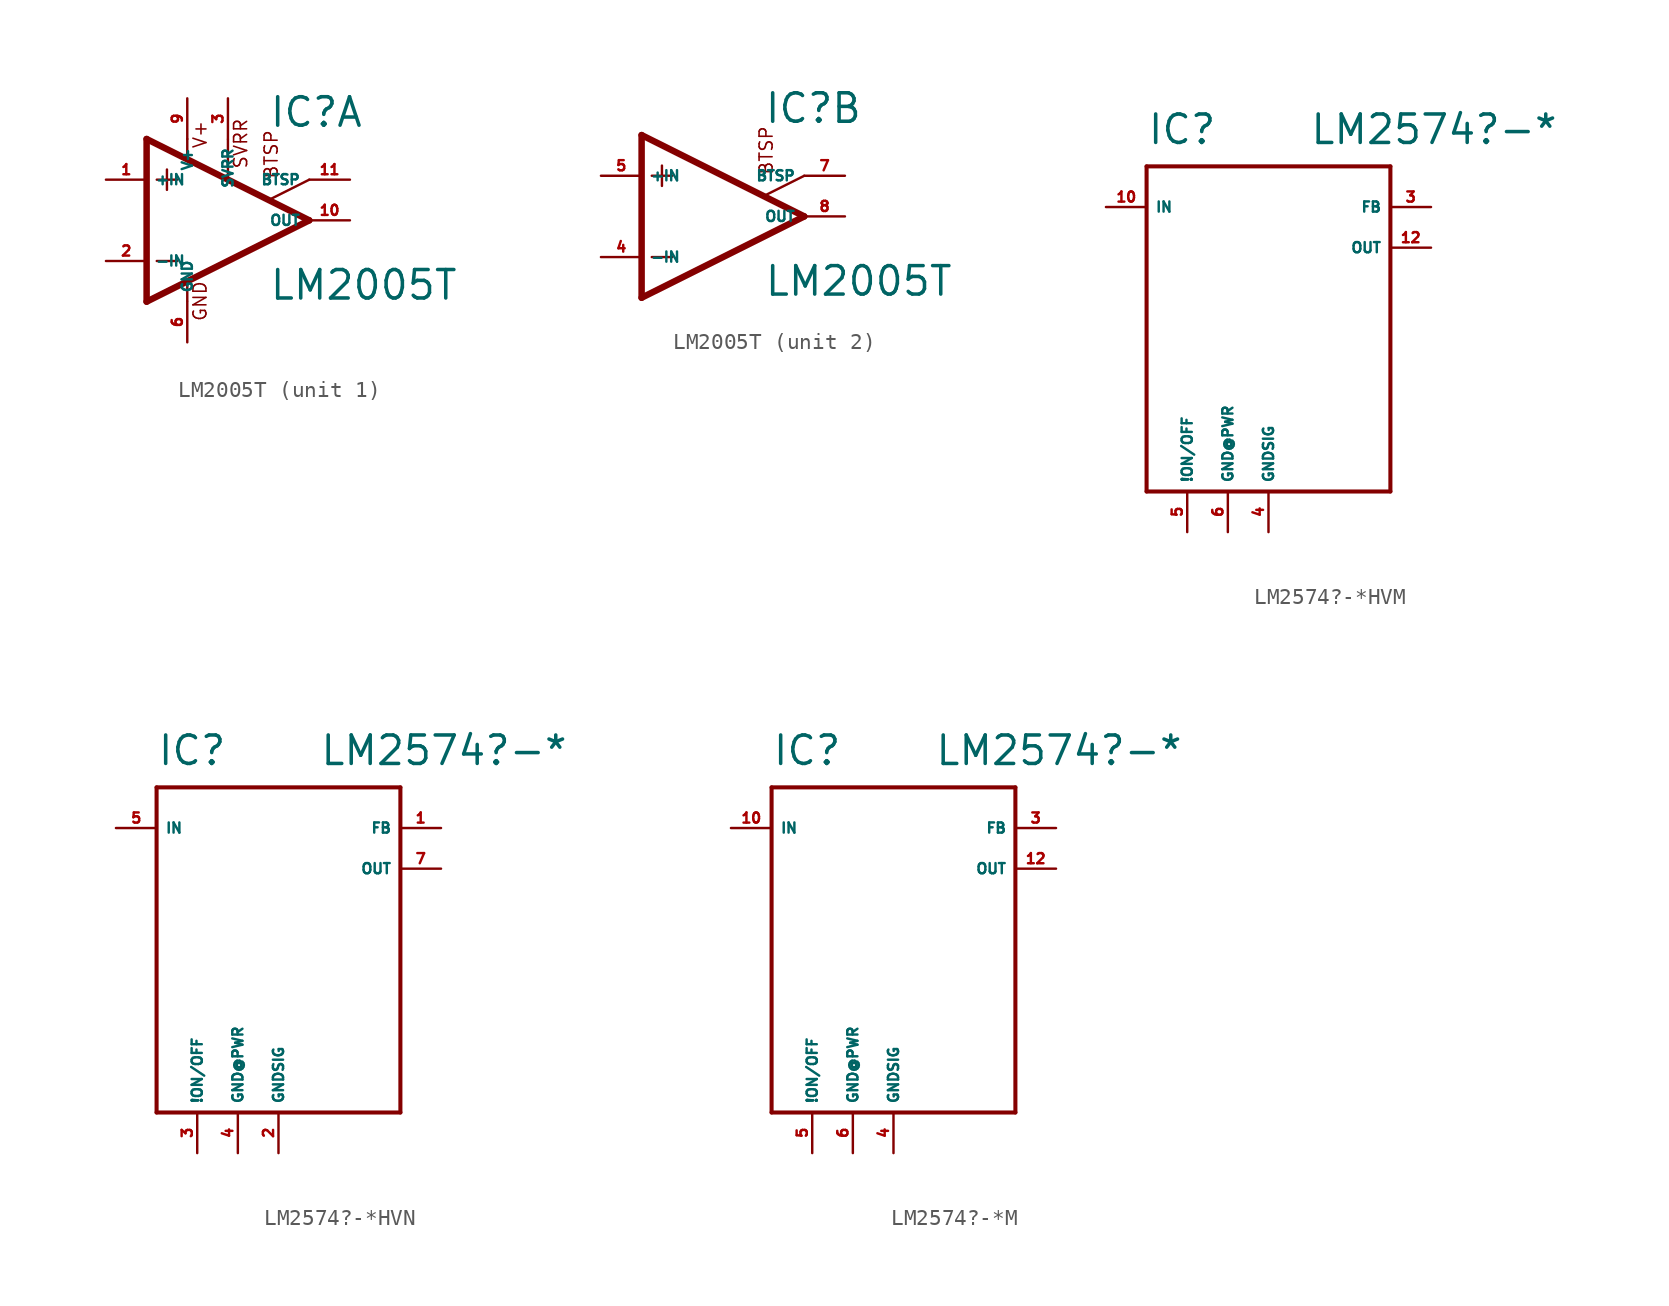
<source format=kicad_sym>
(kicad_symbol_lib
  (version 20220914)
  (generator Eagle2Kicad)
  (symbol "LM2005T"
    (property "Reference" "IC"
      (at 2.54 5.715 0)
      (effects (font (size 1.778 1.778) (thickness 0.22)) (justify left bottom)))
    (property "Value" "LM2005T"
      (at 2.54 -5.08 0)
      (effects (font (size 1.778 1.778) (thickness 0.22)) (justify left bottom)))
    (symbol "LM2005T_1_0"
      (polyline (pts (xy -3.81 3.175) (xy -3.81 1.905)) (stroke (width 0.152) (type default)) (fill (type none)))
      (polyline (pts (xy -4.445 2.54) (xy -3.175 2.54)) (stroke (width 0.152) (type default)) (fill (type none)))
      (polyline (pts (xy -4.445 -2.54) (xy -3.175 -2.54)) (stroke (width 0.152) (type default)) (fill (type none)))
      (polyline (pts (xy -2.54 5.08) (xy -2.54 3.886)) (stroke (width 0.152) (type default)) (fill (type none)))
      (polyline (pts (xy 0 5.055) (xy 0 2.591)) (stroke (width 0.152) (type default)) (fill (type none)))
      (polyline (pts (xy -2.54 -3.886) (xy -2.54 -5.029)) (stroke (width 0.152) (type default)) (fill (type none)))
      (polyline (pts (xy 5.08 2.54) (xy 2.591 1.295)) (stroke (width 0.152) (type default)) (fill (type none)))
      (polyline (pts (xy 5.08 0) (xy -5.08 5.08)) (stroke (width 0.406) (type default)) (fill (type none)))
      (polyline (pts (xy -5.08 5.08) (xy -5.08 -5.08)) (stroke (width 0.406) (type default)) (fill (type none)))
      (polyline (pts (xy -5.08 -5.08) (xy 5.08 0)) (stroke (width 0.406) (type default)) (fill (type none)))
      (text "SVRR" (at 1.27 3.175 900) (effects (font (size 0.813 0.813) (thickness 0.10)) (justify left bottom)))
      (text "BTSP" (at 3.175 2.54 900) (effects (font (size 0.813 0.813) (thickness 0.10)) (justify left bottom)))
      (text "V+" (at -1.27 4.445 900) (effects (font (size 0.813 0.813) (thickness 0.10)) (justify left bottom)))
      (text "GND" (at -1.27 -6.35 900) (effects (font (size 0.813 0.813) (thickness 0.10)) (justify left bottom)))
      (pin passive line (at 7.62 2.54 180) (length 2.54) (name "BTSP" (effects (font (size 0.635 0.635) (thickness 0.08)) (justify left bottom))) (number "11" (effects (font (size 0.635 0.635) (thickness 0.08)) (justify left bottom))))
      (pin passive line (at 0 7.62 270) (length 2.54) (name "SVRR" (effects (font (size 0.635 0.635) (thickness 0.08)) (justify left bottom))) (number "3" (effects (font (size 0.635 0.635) (thickness 0.08)) (justify left bottom))))
      (pin input line (at -7.62 -2.54 0) (length 2.54) (name "-IN" (effects (font (size 0.635 0.635) (thickness 0.08)) (justify left bottom))) (number "2" (effects (font (size 0.635 0.635) (thickness 0.08)) (justify left bottom))))
      (pin input line (at -7.62 2.54 0) (length 2.54) (name "+IN" (effects (font (size 0.635 0.635) (thickness 0.08)) (justify left bottom))) (number "1" (effects (font (size 0.635 0.635) (thickness 0.08)) (justify left bottom))))
      (pin output line (at 7.62 0 180) (length 2.54) (name "OUT" (effects (font (size 0.635 0.635) (thickness 0.08)) (justify left bottom))) (number "10" (effects (font (size 0.635 0.635) (thickness 0.08)) (justify left bottom))))
      (pin unspecified line (at -2.54 7.62 270) (length 2.54) (name "V+" (effects (font (size 0.635 0.635) (thickness 0.08)) (justify left bottom))) (number "9" (effects (font (size 0.635 0.635) (thickness 0.08)) (justify left bottom))))
      (pin unspecified line (at -2.54 -7.62 90) (length 2.54) (name "GND" (effects (font (size 0.635 0.635) (thickness 0.08)) (justify left bottom))) (number "6" (effects (font (size 0.635 0.635) (thickness 0.08)) (justify left bottom)))))
    (symbol "LM2005T_2_0"
      (polyline (pts (xy -3.81 3.175) (xy -3.81 1.905)) (stroke (width 0.152) (type default)) (fill (type none)))
      (polyline (pts (xy -4.445 2.54) (xy -3.175 2.54)) (stroke (width 0.152) (type default)) (fill (type none)))
      (polyline (pts (xy -4.445 -2.54) (xy -3.175 -2.54)) (stroke (width 0.152) (type default)) (fill (type none)))
      (polyline (pts (xy 5.08 2.54) (xy 2.591 1.295)) (stroke (width 0.152) (type default)) (fill (type none)))
      (polyline (pts (xy 5.08 0) (xy -5.08 5.08)) (stroke (width 0.406) (type default)) (fill (type none)))
      (polyline (pts (xy -5.08 5.08) (xy -5.08 -5.08)) (stroke (width 0.406) (type default)) (fill (type none)))
      (polyline (pts (xy -5.08 -5.08) (xy 5.08 0)) (stroke (width 0.406) (type default)) (fill (type none)))
      (text "BTSP" (at 3.175 2.54 900) (effects (font (size 0.813 0.813) (thickness 0.10)) (justify left bottom)))
      (pin passive line (at 7.62 2.54 180) (length 2.54) (name "BTSP" (effects (font (size 0.635 0.635) (thickness 0.08)) (justify left bottom))) (number "7" (effects (font (size 0.635 0.635) (thickness 0.08)) (justify left bottom))))
      (pin input line (at -7.62 -2.54 0) (length 2.54) (name "-IN" (effects (font (size 0.635 0.635) (thickness 0.08)) (justify left bottom))) (number "4" (effects (font (size 0.635 0.635) (thickness 0.08)) (justify left bottom))))
      (pin input line (at -7.62 2.54 0) (length 2.54) (name "+IN" (effects (font (size 0.635 0.635) (thickness 0.08)) (justify left bottom))) (number "5" (effects (font (size 0.635 0.635) (thickness 0.08)) (justify left bottom))))
      (pin output line (at 7.62 0 180) (length 2.54) (name "OUT" (effects (font (size 0.635 0.635) (thickness 0.08)) (justify left bottom))) (number "8" (effects (font (size 0.635 0.635) (thickness 0.08)) (justify left bottom))))))
  (symbol "LM2574?-*HVM"
    (property "Reference" "IC"
      (at -7.62 11.43 0)
      (effects (font (size 1.778 1.778) (thickness 0.22)) (justify left bottom)))
    (property "Value" "LM2574?-*"
      (at 2.54 11.43 0)
      (effects (font (size 1.778 1.778) (thickness 0.22)) (justify left bottom)))
    (polyline
      (pts (xy -7.62 10.16) (xy 7.62 10.16))
      (stroke (width 0.254) (type default))
      (fill (type none)))
    (polyline
      (pts (xy 7.62 10.16) (xy 7.62 -10.16))
      (stroke (width 0.254) (type default))
      (fill (type none)))
    (polyline
      (pts (xy 7.62 -10.16) (xy -7.62 -10.16))
      (stroke (width 0.254) (type default))
      (fill (type none)))
    (polyline
      (pts (xy -7.62 -10.16) (xy -7.62 10.16))
      (stroke (width 0.254) (type default))
      (fill (type none)))
    (pin input line
      (at -10.16 7.62 0)
      (length 2.54)
      (name "IN" (effects (font (size 0.635 0.635) (thickness 0.08)) (justify left bottom)))
      (number "10" (effects (font (size 0.635 0.635) (thickness 0.08)) (justify left bottom))))
    (pin passive line
      (at 10.16 5.08 180)
      (length 2.54)
      (name "OUT" (effects (font (size 0.635 0.635) (thickness 0.08)) (justify left bottom)))
      (number "12" (effects (font (size 0.635 0.635) (thickness 0.08)) (justify left bottom))))
    (pin unspecified line
      (at -2.54 -12.7 90)
      (length 2.54)
      (name "GND@PWR" (effects (font (size 0.635 0.635) (thickness 0.08)) (justify left bottom)))
      (number "6" (effects (font (size 0.635 0.635) (thickness 0.08)) (justify left bottom))))
    (pin input line
      (at 10.16 7.62 180)
      (length 2.54)
      (name "FB" (effects (font (size 0.635 0.635) (thickness 0.08)) (justify left bottom)))
      (number "3" (effects (font (size 0.635 0.635) (thickness 0.08)) (justify left bottom))))
    (pin input line
      (at -5.08 -12.7 90)
      (length 2.54)
      (name "!ON/OFF" (effects (font (size 0.635 0.635) (thickness 0.08)) (justify left bottom)))
      (number "5" (effects (font (size 0.635 0.635) (thickness 0.08)) (justify left bottom))))
    (pin input line
      (at 0 -12.7 90)
      (length 2.54)
      (name "GNDSIG" (effects (font (size 0.635 0.635) (thickness 0.08)) (justify left bottom)))
      (number "4" (effects (font (size 0.635 0.635) (thickness 0.08)) (justify left bottom)))))
  (symbol "LM2574?-*HVN"
    (property "Reference" "IC"
      (at -7.62 11.43 0)
      (effects (font (size 1.778 1.778) (thickness 0.22)) (justify left bottom)))
    (property "Value" "LM2574?-*"
      (at 2.54 11.43 0)
      (effects (font (size 1.778 1.778) (thickness 0.22)) (justify left bottom)))
    (polyline
      (pts (xy -7.62 10.16) (xy 7.62 10.16))
      (stroke (width 0.254) (type default))
      (fill (type none)))
    (polyline
      (pts (xy 7.62 10.16) (xy 7.62 -10.16))
      (stroke (width 0.254) (type default))
      (fill (type none)))
    (polyline
      (pts (xy 7.62 -10.16) (xy -7.62 -10.16))
      (stroke (width 0.254) (type default))
      (fill (type none)))
    (polyline
      (pts (xy -7.62 -10.16) (xy -7.62 10.16))
      (stroke (width 0.254) (type default))
      (fill (type none)))
    (pin input line
      (at -10.16 7.62 0)
      (length 2.54)
      (name "IN" (effects (font (size 0.635 0.635) (thickness 0.08)) (justify left bottom)))
      (number "5" (effects (font (size 0.635 0.635) (thickness 0.08)) (justify left bottom))))
    (pin passive line
      (at 10.16 5.08 180)
      (length 2.54)
      (name "OUT" (effects (font (size 0.635 0.635) (thickness 0.08)) (justify left bottom)))
      (number "7" (effects (font (size 0.635 0.635) (thickness 0.08)) (justify left bottom))))
    (pin unspecified line
      (at -2.54 -12.7 90)
      (length 2.54)
      (name "GND@PWR" (effects (font (size 0.635 0.635) (thickness 0.08)) (justify left bottom)))
      (number "4" (effects (font (size 0.635 0.635) (thickness 0.08)) (justify left bottom))))
    (pin input line
      (at 10.16 7.62 180)
      (length 2.54)
      (name "FB" (effects (font (size 0.635 0.635) (thickness 0.08)) (justify left bottom)))
      (number "1" (effects (font (size 0.635 0.635) (thickness 0.08)) (justify left bottom))))
    (pin input line
      (at -5.08 -12.7 90)
      (length 2.54)
      (name "!ON/OFF" (effects (font (size 0.635 0.635) (thickness 0.08)) (justify left bottom)))
      (number "3" (effects (font (size 0.635 0.635) (thickness 0.08)) (justify left bottom))))
    (pin input line
      (at 0 -12.7 90)
      (length 2.54)
      (name "GNDSIG" (effects (font (size 0.635 0.635) (thickness 0.08)) (justify left bottom)))
      (number "2" (effects (font (size 0.635 0.635) (thickness 0.08)) (justify left bottom)))))
  (symbol "LM2574?-*M"
    (property "Reference" "IC"
      (at -7.62 11.43 0)
      (effects (font (size 1.778 1.778) (thickness 0.22)) (justify left bottom)))
    (property "Value" "LM2574?-*"
      (at 2.54 11.43 0)
      (effects (font (size 1.778 1.778) (thickness 0.22)) (justify left bottom)))
    (polyline
      (pts (xy -7.62 10.16) (xy 7.62 10.16))
      (stroke (width 0.254) (type default))
      (fill (type none)))
    (polyline
      (pts (xy 7.62 10.16) (xy 7.62 -10.16))
      (stroke (width 0.254) (type default))
      (fill (type none)))
    (polyline
      (pts (xy 7.62 -10.16) (xy -7.62 -10.16))
      (stroke (width 0.254) (type default))
      (fill (type none)))
    (polyline
      (pts (xy -7.62 -10.16) (xy -7.62 10.16))
      (stroke (width 0.254) (type default))
      (fill (type none)))
    (pin input line
      (at -10.16 7.62 0)
      (length 2.54)
      (name "IN" (effects (font (size 0.635 0.635) (thickness 0.08)) (justify left bottom)))
      (number "10" (effects (font (size 0.635 0.635) (thickness 0.08)) (justify left bottom))))
    (pin passive line
      (at 10.16 5.08 180)
      (length 2.54)
      (name "OUT" (effects (font (size 0.635 0.635) (thickness 0.08)) (justify left bottom)))
      (number "12" (effects (font (size 0.635 0.635) (thickness 0.08)) (justify left bottom))))
    (pin unspecified line
      (at -2.54 -12.7 90)
      (length 2.54)
      (name "GND@PWR" (effects (font (size 0.635 0.635) (thickness 0.08)) (justify left bottom)))
      (number "6" (effects (font (size 0.635 0.635) (thickness 0.08)) (justify left bottom))))
    (pin input line
      (at 10.16 7.62 180)
      (length 2.54)
      (name "FB" (effects (font (size 0.635 0.635) (thickness 0.08)) (justify left bottom)))
      (number "3" (effects (font (size 0.635 0.635) (thickness 0.08)) (justify left bottom))))
    (pin input line
      (at -5.08 -12.7 90)
      (length 2.54)
      (name "!ON/OFF" (effects (font (size 0.635 0.635) (thickness 0.08)) (justify left bottom)))
      (number "5" (effects (font (size 0.635 0.635) (thickness 0.08)) (justify left bottom))))
    (pin input line
      (at 0 -12.7 90)
      (length 2.54)
      (name "GNDSIG" (effects (font (size 0.635 0.635) (thickness 0.08)) (justify left bottom)))
      (number "4" (effects (font (size 0.635 0.635) (thickness 0.08)) (justify left bottom))))))
</source>
